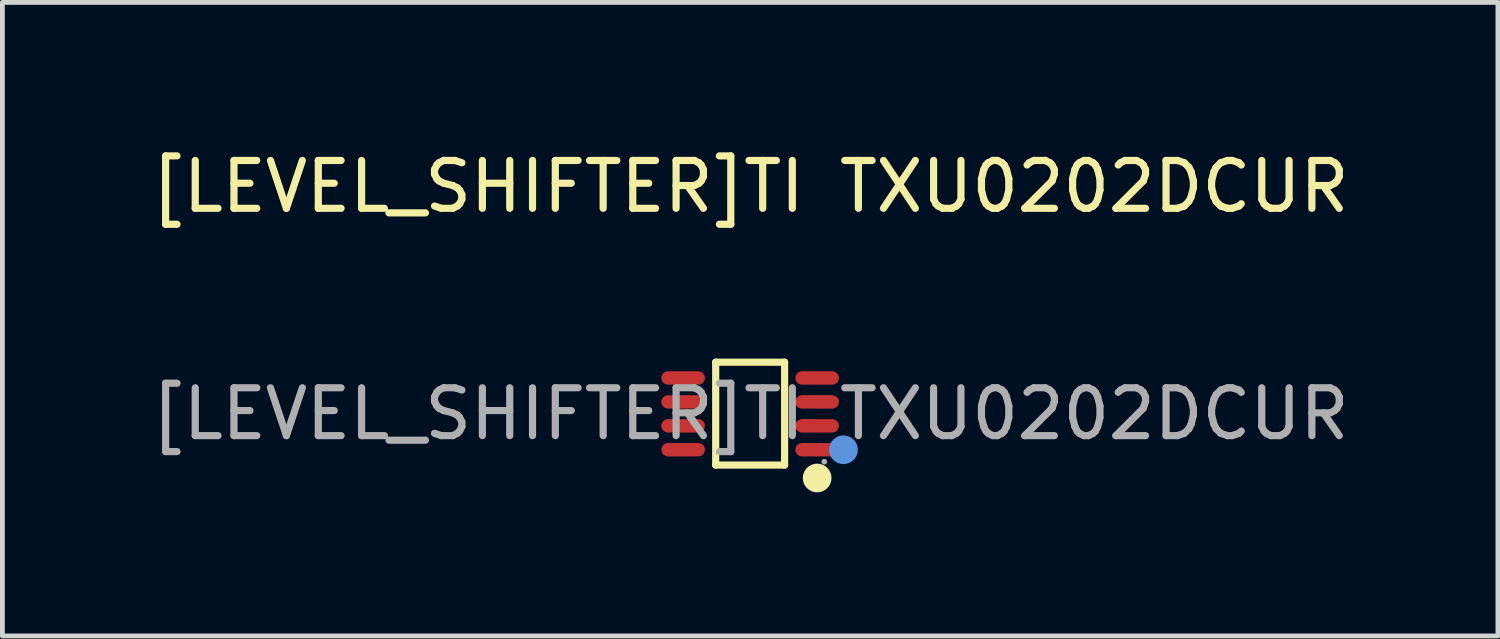
<source format=kicad_pcb>
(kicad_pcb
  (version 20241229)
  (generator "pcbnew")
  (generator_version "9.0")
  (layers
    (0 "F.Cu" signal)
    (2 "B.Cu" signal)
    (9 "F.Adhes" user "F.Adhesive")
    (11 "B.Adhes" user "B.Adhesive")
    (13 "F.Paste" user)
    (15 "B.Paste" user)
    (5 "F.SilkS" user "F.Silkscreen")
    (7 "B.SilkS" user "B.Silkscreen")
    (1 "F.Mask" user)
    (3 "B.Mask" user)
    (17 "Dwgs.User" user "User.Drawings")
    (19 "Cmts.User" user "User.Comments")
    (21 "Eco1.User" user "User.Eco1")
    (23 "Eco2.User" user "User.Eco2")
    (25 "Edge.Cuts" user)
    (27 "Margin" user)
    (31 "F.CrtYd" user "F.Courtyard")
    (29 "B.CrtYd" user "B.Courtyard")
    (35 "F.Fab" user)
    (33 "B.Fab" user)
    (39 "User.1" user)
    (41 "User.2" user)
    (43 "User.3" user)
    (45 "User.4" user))
  (footprint "[LEVEL_SHIFTER]TI TXU0202DCUR"
    (layer "F.Cu")
    (at 12.625 5.598)
    (property "Reference" "[LEVEL_SHIFTER]TI TXU0202DCUR" (at 0 -4.75 0) (layer "F.SilkS") (effects (font (size 1 1) (thickness 0.15))))
    (attr through_hole)
    (fp_line (start -0.72 -1.08) (end 0.72 -1.08) (stroke (width 0.15) (type solid)) (layer "F.SilkS"))
    (fp_line (start -0.72 1.07) (end -0.72 -1.08) (stroke (width 0.15) (type solid)) (layer "F.SilkS"))
    (fp_line (start 0.72 -1.08) (end 0.72 1.07) (stroke (width 0.15) (type solid)) (layer "F.SilkS"))
    (fp_line (start 0.72 1.07) (end -0.72 1.07) (stroke (width 0.15) (type solid)) (layer "F.SilkS"))
    (fp_circle (center 1.4 1.34) (end 1.55 1.34) (stroke (width 0.3) (type solid)) (fill no) (layer "F.SilkS"))
    (fp_circle (center 1.95 0.75) (end 2.1 0.75) (stroke (width 0.3) (type solid)) (fill no) (layer "Cmts.User"))
    (fp_circle (center 1.55 1) (end 1.58 1) (stroke (width 0.06) (type solid)) (fill no) (layer "F.Fab"))
    (fp_text user "${REFERENCE}" (at 0 0 0) (layer "F.Fab") (effects (font (size 1 1) (thickness 0.15))))
    (pad "1" smd oval (at 1.4 0.75 90) (size 0.28 0.91) (layers "F.Cu" "F.Mask" "F.Paste"))
    (pad "2" smd oval (at 1.4 0.25 90) (size 0.28 0.91) (layers "F.Cu" "F.Mask" "F.Paste"))
    (pad "3" smd oval (at 1.4 -0.25 90) (size 0.28 0.91) (layers "F.Cu" "F.Mask" "F.Paste"))
    (pad "4" smd oval (at 1.4 -0.75 90) (size 0.28 0.91) (layers "F.Cu" "F.Mask" "F.Paste"))
    (pad "5" smd oval (at -1.4 -0.75 90) (size 0.28 0.91) (layers "F.Cu" "F.Mask" "F.Paste"))
    (pad "6" smd oval (at -1.4 -0.25 90) (size 0.28 0.91) (layers "F.Cu" "F.Mask" "F.Paste"))
    (pad "7" smd oval (at -1.4 0.25 90) (size 0.28 0.91) (layers "F.Cu" "F.Mask" "F.Paste"))
    (pad "8" smd oval (at -1.4 0.75 90) (size 0.28 0.91) (layers "F.Cu" "F.Mask" "F.Paste")))
  (gr_rect
    (start -3 -3)
    (end 28.25 10.238)
    (stroke (width 0.1) (type default))
    (fill no)
    (layer "Edge.Cuts")))
</source>
